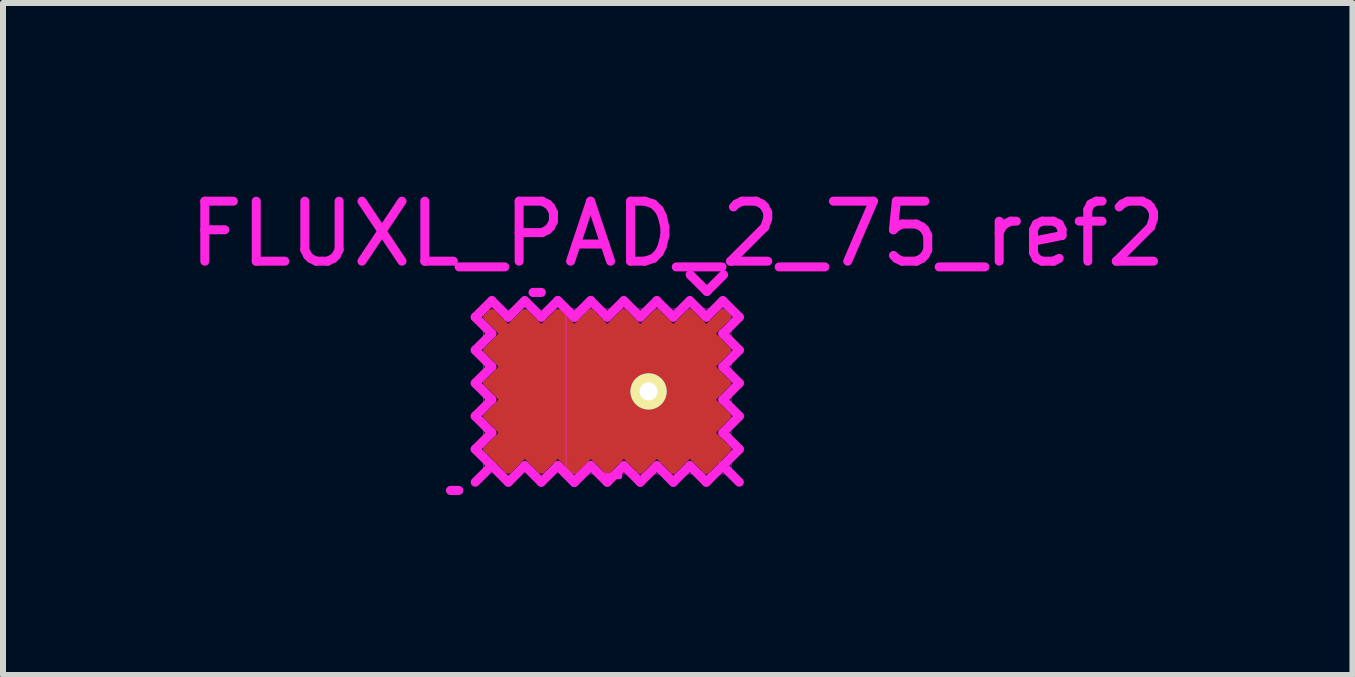
<source format=kicad_pcb>
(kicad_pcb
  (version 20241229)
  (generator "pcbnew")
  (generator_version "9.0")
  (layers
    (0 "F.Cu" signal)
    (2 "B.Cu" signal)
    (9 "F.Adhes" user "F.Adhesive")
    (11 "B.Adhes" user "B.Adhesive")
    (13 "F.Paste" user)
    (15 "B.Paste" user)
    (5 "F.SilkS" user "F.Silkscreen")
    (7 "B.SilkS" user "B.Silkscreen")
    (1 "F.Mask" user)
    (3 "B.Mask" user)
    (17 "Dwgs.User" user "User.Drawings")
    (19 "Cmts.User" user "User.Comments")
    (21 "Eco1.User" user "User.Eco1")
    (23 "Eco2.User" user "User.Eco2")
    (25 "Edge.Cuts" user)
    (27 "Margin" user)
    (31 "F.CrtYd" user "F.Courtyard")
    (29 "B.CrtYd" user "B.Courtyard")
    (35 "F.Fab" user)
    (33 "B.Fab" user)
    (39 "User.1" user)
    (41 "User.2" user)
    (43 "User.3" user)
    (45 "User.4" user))
  (footprint "FLUXL_PAD_2_75_ref2"
    (layer "F.Cu")
    (at 7.758 3.473)
    (property "Reference" "FLUXL_PAD_2_75_ref2" (at 0.486 -2.625 0) (layer "F.CrtYd") (effects (font (size 1 1) (thickness 0.15))))
    (attr smd)
    (fp_line (start -2.667 -1.238) (end -2.612 -1.292) (stroke (width 0.152) (type solid)) (layer "F.Cu"))
    (fp_line (start -2.667 -0.688) (end -2.393 -0.963) (stroke (width 0.152) (type solid)) (layer "F.Cu"))
    (fp_line (start -2.667 -0.138) (end -2.393 -0.412) (stroke (width 0.152) (type solid)) (layer "F.Cu"))
    (fp_line (start -2.667 0.412) (end -2.393 0.138) (stroke (width 0.152) (type solid)) (layer "F.Cu"))
    (fp_line (start -2.667 0.963) (end -2.393 0.688) (stroke (width 0.152) (type solid)) (layer "F.Cu"))
    (fp_line (start -2.612 -1.292) (end -2.337 -1.018) (stroke (width 0.152) (type solid)) (layer "F.Cu"))
    (fp_line (start -2.612 -0.688) (end -2.447 -0.688) (stroke (width 0.152) (type solid)) (layer "F.Cu"))
    (fp_line (start -2.612 -0.138) (end -2.447 -0.138) (stroke (width 0.152) (type solid)) (layer "F.Cu"))
    (fp_line (start -2.612 0.412) (end -2.447 0.412) (stroke (width 0.152) (type solid)) (layer "F.Cu"))
    (fp_line (start -2.558 0.907) (end -2.283 1.183) (stroke (width 0.152) (type solid)) (layer "F.Cu"))
    (fp_line (start -2.393 -0.963) (end -2.667 -1.238) (stroke (width 0.152) (type solid)) (layer "F.Cu"))
    (fp_line (start -2.393 -0.412) (end -2.667 -0.688) (stroke (width 0.152) (type solid)) (layer "F.Cu"))
    (fp_line (start -2.393 0.138) (end -2.667 -0.138) (stroke (width 0.152) (type solid)) (layer "F.Cu"))
    (fp_line (start -2.393 0.688) (end -2.667 0.412) (stroke (width 0.152) (type solid)) (layer "F.Cu"))
    (fp_line (start -2.337 -1.018) (end -2.062 -1.292) (stroke (width 0.152) (type solid)) (layer "F.Cu"))
    (fp_line (start -2.337 1.292) (end -2.667 0.963) (stroke (width 0.152) (type solid)) (layer "F.Cu"))
    (fp_line (start -2.062 -1.292) (end -1.788 -1.018) (stroke (width 0.152) (type solid)) (layer "F.Cu"))
    (fp_line (start -2.062 -1.238) (end -2.062 -1.073) (stroke (width 0.152) (type solid)) (layer "F.Cu"))
    (fp_line (start -2.062 1.018) (end -2.337 1.292) (stroke (width 0.152) (type solid)) (layer "F.Cu"))
    (fp_line (start -1.788 -1.018) (end -1.512 -1.292) (stroke (width 0.152) (type solid)) (layer "F.Cu"))
    (fp_line (start -1.788 1.238) (end -1.788 1.073) (stroke (width 0.152) (type solid)) (layer "F.Cu"))
    (fp_line (start -1.788 1.292) (end -2.062 1.018) (stroke (width 0.152) (type solid)) (layer "F.Cu"))
    (fp_line (start -1.512 -1.292) (end -1.238 -1.018) (stroke (width 0.152) (type solid)) (layer "F.Cu"))
    (fp_line (start -1.512 -1.238) (end -1.512 -1.073) (stroke (width 0.152) (type solid)) (layer "F.Cu"))
    (fp_line (start -1.512 1.018) (end -1.788 1.292) (stroke (width 0.152) (type solid)) (layer "F.Cu"))
    (fp_line (start -1.292 1.238) (end -1.238 1.292) (stroke (width 0.152) (type solid)) (layer "F.Cu"))
    (fp_line (start -1.238 -1.018) (end -0.963 -1.292) (stroke (width 0.152) (type solid)) (layer "F.Cu"))
    (fp_line (start -1.238 1.292) (end -1.512 1.018) (stroke (width 0.152) (type solid)) (layer "F.Cu"))
    (fp_line (start -1.238 1.292) (end -0.963 1.018) (stroke (width 0.152) (type solid)) (layer "F.Cu"))
    (fp_line (start -1.018 0.963) (end -1.292 1.238) (stroke (width 0.152) (type solid)) (layer "F.Cu"))
    (fp_line (start -0.963 -1.238) (end -0.963 -1.073) (stroke (width 0.152) (type solid)) (layer "F.Cu"))
    (fp_line (start -0.963 1.018) (end -1.238 1.292) (stroke (width 0.152) (type solid)) (layer "F.Cu"))
    (fp_line (start -0.963 1.018) (end -0.688 1.292) (stroke (width 0.152) (type solid)) (layer "F.Cu"))
    (fp_line (start -0.688 -1.018) (end -0.963 -1.292) (stroke (width 0.152) (type solid)) (layer "F.Cu"))
    (fp_line (start -0.688 1.238) (end -0.688 1.073) (stroke (width 0.152) (type solid)) (layer "F.Cu"))
    (fp_line (start -0.688 1.292) (end -0.412 1.018) (stroke (width 0.152) (type solid)) (layer "F.Cu"))
    (fp_line (start -0.412 -1.292) (end -0.688 -1.018) (stroke (width 0.152) (type solid)) (layer "F.Cu"))
    (fp_line (start -0.412 -1.238) (end -0.412 -1.073) (stroke (width 0.152) (type solid)) (layer "F.Cu"))
    (fp_line (start -0.412 1.018) (end -0.138 1.292) (stroke (width 0.152) (type solid)) (layer "F.Cu"))
    (fp_line (start -0.138 -1.018) (end -0.412 -1.292) (stroke (width 0.152) (type solid)) (layer "F.Cu"))
    (fp_line (start -0.138 1.238) (end -0.138 1.073) (stroke (width 0.152) (type solid)) (layer "F.Cu"))
    (fp_line (start -0.138 1.292) (end 0.138 1.018) (stroke (width 0.152) (type solid)) (layer "F.Cu"))
    (fp_line (start 0.138 -1.292) (end -0.138 -1.018) (stroke (width 0.152) (type solid)) (layer "F.Cu"))
    (fp_line (start 0.138 -1.238) (end 0.138 -1.073) (stroke (width 0.152) (type solid)) (layer "F.Cu"))
    (fp_line (start 0.138 1.018) (end 0.412 1.292) (stroke (width 0.152) (type solid)) (layer "F.Cu"))
    (fp_line (start 0.412 -1.018) (end 0.138 -1.292) (stroke (width 0.152) (type solid)) (layer "F.Cu"))
    (fp_line (start 0.412 1.238) (end 0.412 1.073) (stroke (width 0.152) (type solid)) (layer "F.Cu"))
    (fp_line (start 0.412 1.292) (end 0.688 1.018) (stroke (width 0.152) (type solid)) (layer "F.Cu"))
    (fp_line (start 0.688 -1.292) (end 0.412 -1.018) (stroke (width 0.152) (type solid)) (layer "F.Cu"))
    (fp_line (start 0.688 -1.238) (end 0.688 -1.045) (stroke (width 0.152) (type solid)) (layer "F.Cu"))
    (fp_line (start 0.688 1.018) (end 0.963 1.292) (stroke (width 0.152) (type solid)) (layer "F.Cu"))
    (fp_line (start 0.963 -1.018) (end 0.688 -1.292) (stroke (width 0.152) (type solid)) (layer "F.Cu"))
    (fp_line (start 0.963 1.292) (end 1.292 0.963) (stroke (width 0.152) (type solid)) (layer "F.Cu"))
    (fp_line (start 1.018 -0.963) (end 1.292 -1.238) (stroke (width 0.152) (type solid)) (layer "F.Cu"))
    (fp_line (start 1.018 -0.412) (end 1.292 -0.688) (stroke (width 0.152) (type solid)) (layer "F.Cu"))
    (fp_line (start 1.018 0.138) (end 1.292 -0.138) (stroke (width 0.152) (type solid)) (layer "F.Cu"))
    (fp_line (start 1.018 0.688) (end 1.292 0.412) (stroke (width 0.152) (type solid)) (layer "F.Cu"))
    (fp_line (start 1.183 0.907) (end 0.907 1.183) (stroke (width 0.152) (type solid)) (layer "F.Cu"))
    (fp_line (start 1.238 -1.292) (end 0.963 -1.018) (stroke (width 0.152) (type solid)) (layer "F.Cu"))
    (fp_line (start 1.238 -0.688) (end 1.073 -0.688) (stroke (width 0.152) (type solid)) (layer "F.Cu"))
    (fp_line (start 1.238 -0.138) (end 1.073 -0.138) (stroke (width 0.152) (type solid)) (layer "F.Cu"))
    (fp_line (start 1.238 0.412) (end 1.073 0.412) (stroke (width 0.152) (type solid)) (layer "F.Cu"))
    (fp_line (start 1.292 -1.238) (end 1.238 -1.292) (stroke (width 0.152) (type solid)) (layer "F.Cu"))
    (fp_line (start 1.292 -0.688) (end 1.018 -0.963) (stroke (width 0.152) (type solid)) (layer "F.Cu"))
    (fp_line (start 1.292 -0.138) (end 1.018 -0.412) (stroke (width 0.152) (type solid)) (layer "F.Cu"))
    (fp_line (start 1.292 0.412) (end 1.018 0.138) (stroke (width 0.152) (type solid)) (layer "F.Cu"))
    (fp_line (start 1.292 0.963) (end 1.018 0.688) (stroke (width 0.152) (type solid)) (layer "F.Cu"))
    (fp_line (start -3.3 1.65) (end -3.163 1.65) (stroke (width 0.152) (type solid)) (layer "F.CrtYd"))
    (fp_line (start -2.888 -1.238) (end -2.612 -1.512) (stroke (width 0.152) (type solid)) (layer "F.CrtYd"))
    (fp_line (start -2.888 -0.688) (end -2.612 -0.963) (stroke (width 0.152) (type solid)) (layer "F.CrtYd"))
    (fp_line (start -2.888 -0.138) (end -2.612 -0.412) (stroke (width 0.152) (type solid)) (layer "F.CrtYd"))
    (fp_line (start -2.888 0.412) (end -2.612 0.138) (stroke (width 0.152) (type solid)) (layer "F.CrtYd"))
    (fp_line (start -2.888 0.963) (end -2.612 0.688) (stroke (width 0.152) (type solid)) (layer "F.CrtYd"))
    (fp_line (start -2.888 1.512) (end -2.612 1.238) (stroke (width 0.152) (type solid)) (layer "F.CrtYd"))
    (fp_line (start -2.75 -1.375) (end -2.75 1.375) (stroke (width 0.01) (type solid)) (layer "F.CrtYd"))
    (fp_line (start -2.612 -1.512) (end -2.337 -1.238) (stroke (width 0.152) (type solid)) (layer "F.CrtYd"))
    (fp_line (start -2.612 -0.963) (end -2.888 -1.238) (stroke (width 0.152) (type solid)) (layer "F.CrtYd"))
    (fp_line (start -2.612 -0.412) (end -2.888 -0.688) (stroke (width 0.152) (type solid)) (layer "F.CrtYd"))
    (fp_line (start -2.612 0.138) (end -2.888 -0.138) (stroke (width 0.152) (type solid)) (layer "F.CrtYd"))
    (fp_line (start -2.612 0.688) (end -2.888 0.412) (stroke (width 0.152) (type solid)) (layer "F.CrtYd"))
    (fp_line (start -2.612 1.238) (end -2.888 0.963) (stroke (width 0.152) (type solid)) (layer "F.CrtYd"))
    (fp_line (start -2.612 1.238) (end -2.337 1.512) (stroke (width 0.152) (type solid)) (layer "F.CrtYd"))
    (fp_line (start -2.337 -1.238) (end -2.062 -1.512) (stroke (width 0.152) (type solid)) (layer "F.CrtYd"))
    (fp_line (start -2.337 1.512) (end -2.062 1.238) (stroke (width 0.152) (type solid)) (layer "F.CrtYd"))
    (fp_line (start -2.062 -1.512) (end -1.788 -1.238) (stroke (width 0.152) (type solid)) (layer "F.CrtYd"))
    (fp_line (start -2.062 1.238) (end -1.788 1.512) (stroke (width 0.152) (type solid)) (layer "F.CrtYd"))
    (fp_line (start -1.925 -1.65) (end -1.788 -1.65) (stroke (width 0.152) (type solid)) (layer "F.CrtYd"))
    (fp_line (start -1.788 -1.238) (end -1.512 -1.512) (stroke (width 0.152) (type solid)) (layer "F.CrtYd"))
    (fp_line (start -1.788 1.512) (end -1.512 1.238) (stroke (width 0.152) (type solid)) (layer "F.CrtYd"))
    (fp_line (start -1.512 -1.512) (end -1.238 -1.238) (stroke (width 0.152) (type solid)) (layer "F.CrtYd"))
    (fp_line (start -1.512 -1.512) (end -1.238 -1.238) (stroke (width 0.152) (type solid)) (layer "F.CrtYd"))
    (fp_line (start -1.512 1.238) (end -1.238 1.512) (stroke (width 0.152) (type solid)) (layer "F.CrtYd"))
    (fp_line (start -1.512 1.238) (end -1.238 1.512) (stroke (width 0.152) (type solid)) (layer "F.CrtYd"))
    (fp_line (start -1.375 -1.375) (end 1.375 -1.375) (stroke (width 0.01) (type solid)) (layer "F.CrtYd"))
    (fp_line (start -1.375 1.375) (end -1.375 -1.375) (stroke (width 0.01) (type solid)) (layer "F.CrtYd"))
    (fp_line (start -1.238 -1.238) (end -0.963 -1.512) (stroke (width 0.152) (type solid)) (layer "F.CrtYd"))
    (fp_line (start -1.238 -1.238) (end -0.963 -1.512) (stroke (width 0.152) (type solid)) (layer "F.CrtYd"))
    (fp_line (start -1.238 1.512) (end -0.963 1.238) (stroke (width 0.152) (type solid)) (layer "F.CrtYd"))
    (fp_line (start -1.238 1.512) (end -0.963 1.238) (stroke (width 0.152) (type solid)) (layer "F.CrtYd"))
    (fp_line (start -0.963 -1.512) (end -0.688 -1.238) (stroke (width 0.152) (type solid)) (layer "F.CrtYd"))
    (fp_line (start -0.963 1.238) (end -0.688 1.512) (stroke (width 0.152) (type solid)) (layer "F.CrtYd"))
    (fp_line (start -0.688 -1.238) (end -0.412 -1.512) (stroke (width 0.152) (type solid)) (layer "F.CrtYd"))
    (fp_line (start -0.688 1.512) (end -0.412 1.238) (stroke (width 0.152) (type solid)) (layer "F.CrtYd"))
    (fp_line (start -0.487 1.413) (end -0.762 1.413) (stroke (width 0.1) (type solid)) (layer "F.CrtYd"))
    (fp_line (start -0.412 -1.512) (end -0.138 -1.238) (stroke (width 0.152) (type solid)) (layer "F.CrtYd"))
    (fp_line (start -0.412 1.238) (end -0.138 1.512) (stroke (width 0.152) (type solid)) (layer "F.CrtYd"))
    (fp_line (start -0.138 -1.238) (end 0.138 -1.512) (stroke (width 0.152) (type solid)) (layer "F.CrtYd"))
    (fp_line (start -0.138 1.512) (end 0.138 1.238) (stroke (width 0.152) (type solid)) (layer "F.CrtYd"))
    (fp_line (start 0.138 -1.512) (end 0.412 -1.238) (stroke (width 0.152) (type solid)) (layer "F.CrtYd"))
    (fp_line (start 0.138 1.238) (end 0.412 1.512) (stroke (width 0.152) (type solid)) (layer "F.CrtYd"))
    (fp_line (start 0.412 -1.238) (end 0.688 -1.512) (stroke (width 0.152) (type solid)) (layer "F.CrtYd"))
    (fp_line (start 0.412 1.512) (end 0.688 1.238) (stroke (width 0.152) (type solid)) (layer "F.CrtYd"))
    (fp_line (start 0.688 -1.512) (end 0.963 -1.238) (stroke (width 0.152) (type solid)) (layer "F.CrtYd"))
    (fp_line (start 0.688 1.238) (end 0.963 1.512) (stroke (width 0.152) (type solid)) (layer "F.CrtYd"))
    (fp_line (start 0.963 -1.238) (end 1.238 -1.512) (stroke (width 0.152) (type solid)) (layer "F.CrtYd"))
    (fp_line (start 0.963 1.512) (end 1.238 1.238) (stroke (width 0.152) (type solid)) (layer "F.CrtYd"))
    (fp_line (start 0.972 -1.667) (end 0.694 -1.944) (stroke (width 0.152) (type solid)) (layer "F.CrtYd"))
    (fp_line (start 1.238 -1.512) (end 1.512 -1.238) (stroke (width 0.152) (type solid)) (layer "F.CrtYd"))
    (fp_line (start 1.238 -0.963) (end 1.512 -1.238) (stroke (width 0.152) (type solid)) (layer "F.CrtYd"))
    (fp_line (start 1.238 -0.412) (end 1.512 -0.688) (stroke (width 0.152) (type solid)) (layer "F.CrtYd"))
    (fp_line (start 1.238 0.138) (end 1.512 -0.138) (stroke (width 0.152) (type solid)) (layer "F.CrtYd"))
    (fp_line (start 1.238 0.688) (end 1.512 0.412) (stroke (width 0.152) (type solid)) (layer "F.CrtYd"))
    (fp_line (start 1.238 1.238) (end 1.512 1.512) (stroke (width 0.152) (type solid)) (layer "F.CrtYd"))
    (fp_line (start 1.25 -1.944) (end 0.972 -1.667) (stroke (width 0.152) (type solid)) (layer "F.CrtYd"))
    (fp_line (start 1.375 -1.375) (end 1.375 1.375) (stroke (width 0.01) (type solid)) (layer "F.CrtYd"))
    (fp_line (start 1.375 1.375) (end -1.375 1.375) (stroke (width 0.01) (type solid)) (layer "F.CrtYd"))
    (fp_line (start 1.512 -0.688) (end 1.238 -0.963) (stroke (width 0.152) (type solid)) (layer "F.CrtYd"))
    (fp_line (start 1.512 -0.138) (end 1.238 -0.412) (stroke (width 0.152) (type solid)) (layer "F.CrtYd"))
    (fp_line (start 1.512 0.412) (end 1.238 0.138) (stroke (width 0.152) (type solid)) (layer "F.CrtYd"))
    (fp_line (start 1.512 0.963) (end 1.238 0.688) (stroke (width 0.152) (type solid)) (layer "F.CrtYd"))
    (fp_line (start 1.512 0.963) (end 1.238 1.238) (stroke (width 0.152) (type solid)) (layer "F.CrtYd"))
    (pad "" smd rect (at -1.75 0) (size 1.5 2.25) (layers "F.Cu" "F.Mask" "F.Paste"))
    (pad "1" thru_hole circle (at 0 0) (size 0.605 0.605) (drill 0.3) (layers "*.Cu" "*.Mask" "F.SilkS"))
    (pad "1" smd rect (at 0 0) (size 2.25 2.25) (layers "F.Cu" "F.Mask" "F.Paste")))
  (gr_rect
    (start -3 -3)
    (end 19.488 8.199)
    (stroke (width 0.1) (type default))
    (fill no)
    (layer "Edge.Cuts")))
</source>
